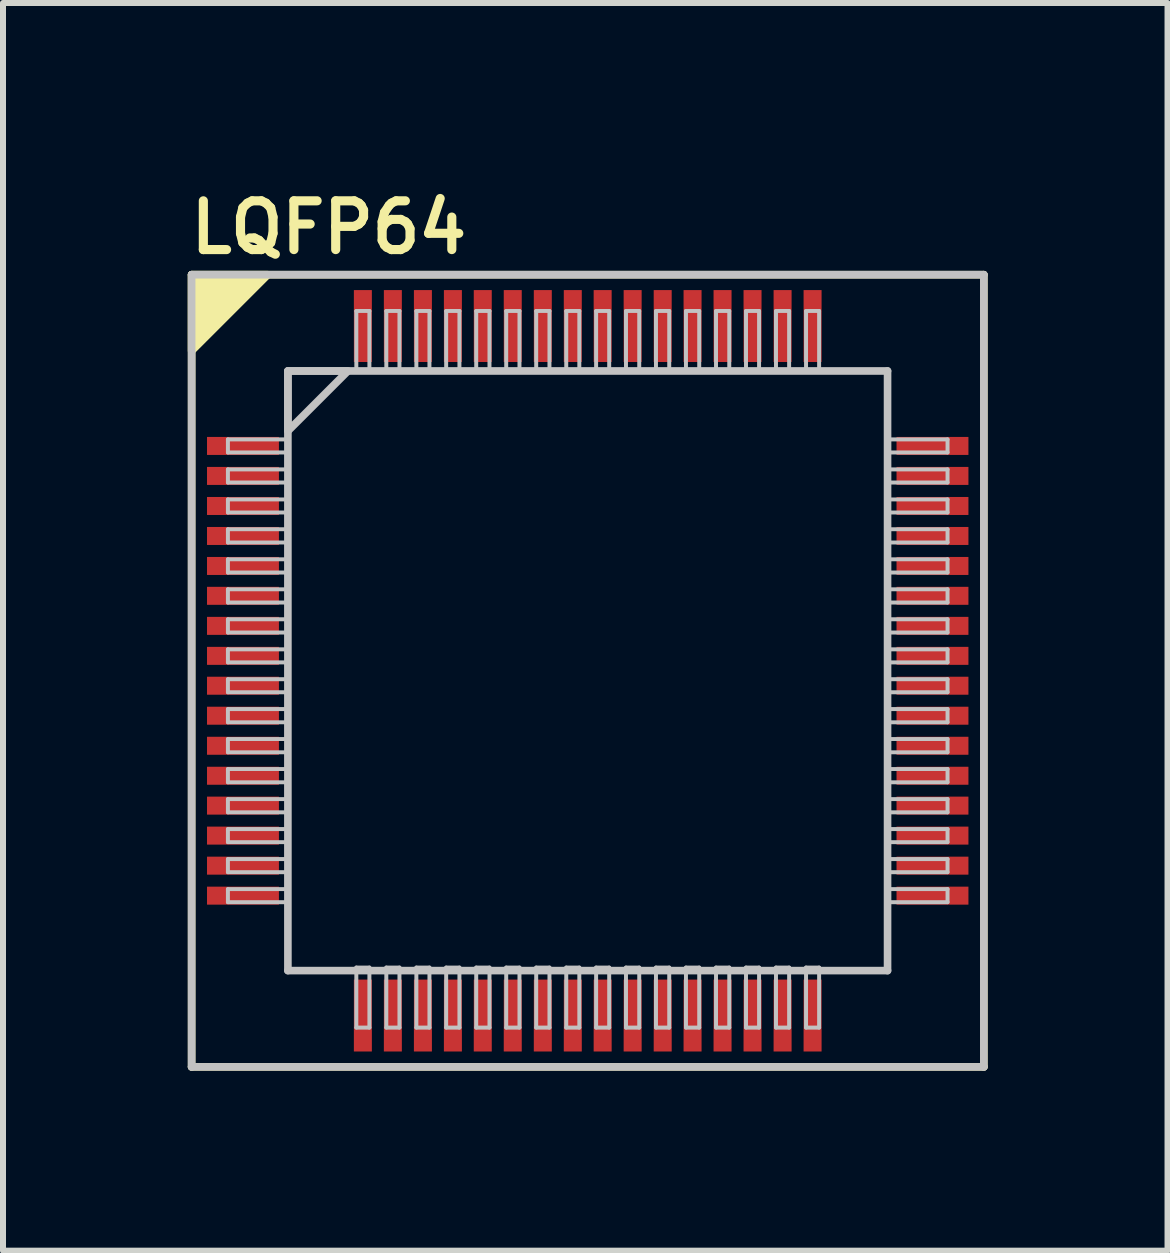
<source format=kicad_pcb>
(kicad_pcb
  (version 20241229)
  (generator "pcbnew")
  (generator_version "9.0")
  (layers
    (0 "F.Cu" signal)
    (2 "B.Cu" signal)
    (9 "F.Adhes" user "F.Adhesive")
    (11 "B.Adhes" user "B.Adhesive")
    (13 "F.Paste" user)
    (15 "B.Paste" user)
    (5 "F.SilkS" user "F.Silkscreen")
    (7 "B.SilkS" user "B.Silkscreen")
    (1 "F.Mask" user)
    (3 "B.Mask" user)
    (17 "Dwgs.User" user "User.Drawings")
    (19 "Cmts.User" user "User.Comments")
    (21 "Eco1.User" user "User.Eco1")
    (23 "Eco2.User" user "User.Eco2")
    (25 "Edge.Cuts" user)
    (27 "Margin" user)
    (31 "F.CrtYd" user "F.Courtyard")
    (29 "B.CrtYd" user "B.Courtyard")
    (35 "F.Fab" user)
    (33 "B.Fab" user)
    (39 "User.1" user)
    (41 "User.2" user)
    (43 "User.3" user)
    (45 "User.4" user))
  (footprint "LQFP64"
    (layer "F.Cu")
    (at 6.749 8.134)
    (property "Reference" "LQFP64" (at -4.318 -7.391 0) (layer "F.SilkS") (effects (font (size 0.813 0.813) (thickness 0.152))))
    (attr smd)
    (fp_line (start -6.604 -6.604) (end 6.604 -6.604) (stroke (width 0.127) (type solid)) (layer "F.SilkS"))
    (fp_line (start -6.604 6.604) (end -6.604 -6.604) (stroke (width 0.127) (type solid)) (layer "F.SilkS"))
    (fp_line (start 6.604 -6.604) (end 6.604 6.604) (stroke (width 0.127) (type solid)) (layer "F.SilkS"))
    (fp_line (start 6.604 6.604) (end -6.604 6.604) (stroke (width 0.127) (type solid)) (layer "F.SilkS"))
    (fp_poly (pts (xy -6.604 -6.604) (xy -6.604 -5.334) (xy -5.334 -6.604) (xy -6.604 -6.604)) (stroke (width 0.127) (type solid)) (fill yes) (layer "F.SilkS"))
    (fp_line (start -6.604 -6.604) (end 6.604 -6.604) (stroke (width 0.127) (type solid)) (layer "Dwgs.User"))
    (fp_line (start -6.604 6.604) (end -6.604 -6.604) (stroke (width 0.127) (type solid)) (layer "Dwgs.User"))
    (fp_line (start -5.999 -3.858) (end -4.999 -3.858) (stroke (width 0.066) (type solid)) (layer "Dwgs.User"))
    (fp_line (start -5.999 -3.64) (end -5.999 -3.858) (stroke (width 0.066) (type solid)) (layer "Dwgs.User"))
    (fp_line (start -5.999 -3.64) (end -4.999 -3.64) (stroke (width 0.066) (type solid)) (layer "Dwgs.User"))
    (fp_line (start -5.999 -3.358) (end -4.999 -3.358) (stroke (width 0.066) (type solid)) (layer "Dwgs.User"))
    (fp_line (start -5.999 -3.139) (end -5.999 -3.358) (stroke (width 0.066) (type solid)) (layer "Dwgs.User"))
    (fp_line (start -5.999 -3.139) (end -4.999 -3.139) (stroke (width 0.066) (type solid)) (layer "Dwgs.User"))
    (fp_line (start -5.999 -2.857) (end -4.999 -2.857) (stroke (width 0.066) (type solid)) (layer "Dwgs.User"))
    (fp_line (start -5.999 -2.639) (end -5.999 -2.857) (stroke (width 0.066) (type solid)) (layer "Dwgs.User"))
    (fp_line (start -5.999 -2.639) (end -4.999 -2.639) (stroke (width 0.066) (type solid)) (layer "Dwgs.User"))
    (fp_line (start -5.999 -2.36) (end -4.999 -2.36) (stroke (width 0.066) (type solid)) (layer "Dwgs.User"))
    (fp_line (start -5.999 -2.139) (end -5.999 -2.36) (stroke (width 0.066) (type solid)) (layer "Dwgs.User"))
    (fp_line (start -5.999 -2.139) (end -4.999 -2.139) (stroke (width 0.066) (type solid)) (layer "Dwgs.User"))
    (fp_line (start -5.999 -1.859) (end -4.999 -1.859) (stroke (width 0.066) (type solid)) (layer "Dwgs.User"))
    (fp_line (start -5.999 -1.638) (end -5.999 -1.859) (stroke (width 0.066) (type solid)) (layer "Dwgs.User"))
    (fp_line (start -5.999 -1.638) (end -4.999 -1.638) (stroke (width 0.066) (type solid)) (layer "Dwgs.User"))
    (fp_line (start -5.999 -1.359) (end -4.999 -1.359) (stroke (width 0.066) (type solid)) (layer "Dwgs.User"))
    (fp_line (start -5.999 -1.138) (end -5.999 -1.359) (stroke (width 0.066) (type solid)) (layer "Dwgs.User"))
    (fp_line (start -5.999 -1.138) (end -4.999 -1.138) (stroke (width 0.066) (type solid)) (layer "Dwgs.User"))
    (fp_line (start -5.999 -0.859) (end -4.999 -0.859) (stroke (width 0.066) (type solid)) (layer "Dwgs.User"))
    (fp_line (start -5.999 -0.638) (end -5.999 -0.859) (stroke (width 0.066) (type solid)) (layer "Dwgs.User"))
    (fp_line (start -5.999 -0.638) (end -4.999 -0.638) (stroke (width 0.066) (type solid)) (layer "Dwgs.User"))
    (fp_line (start -5.999 -0.358) (end -4.999 -0.358) (stroke (width 0.066) (type solid)) (layer "Dwgs.User"))
    (fp_line (start -5.999 -0.14) (end -5.999 -0.358) (stroke (width 0.066) (type solid)) (layer "Dwgs.User"))
    (fp_line (start -5.999 -0.14) (end -4.999 -0.14) (stroke (width 0.066) (type solid)) (layer "Dwgs.User"))
    (fp_line (start -5.999 0.14) (end -4.999 0.14) (stroke (width 0.066) (type solid)) (layer "Dwgs.User"))
    (fp_line (start -5.999 0.358) (end -5.999 0.14) (stroke (width 0.066) (type solid)) (layer "Dwgs.User"))
    (fp_line (start -5.999 0.358) (end -4.999 0.358) (stroke (width 0.066) (type solid)) (layer "Dwgs.User"))
    (fp_line (start -5.999 0.638) (end -4.999 0.638) (stroke (width 0.066) (type solid)) (layer "Dwgs.User"))
    (fp_line (start -5.999 0.859) (end -5.999 0.638) (stroke (width 0.066) (type solid)) (layer "Dwgs.User"))
    (fp_line (start -5.999 0.859) (end -4.999 0.859) (stroke (width 0.066) (type solid)) (layer "Dwgs.User"))
    (fp_line (start -5.999 1.138) (end -4.999 1.138) (stroke (width 0.066) (type solid)) (layer "Dwgs.User"))
    (fp_line (start -5.999 1.359) (end -5.999 1.138) (stroke (width 0.066) (type solid)) (layer "Dwgs.User"))
    (fp_line (start -5.999 1.359) (end -4.999 1.359) (stroke (width 0.066) (type solid)) (layer "Dwgs.User"))
    (fp_line (start -5.999 1.638) (end -4.999 1.638) (stroke (width 0.066) (type solid)) (layer "Dwgs.User"))
    (fp_line (start -5.999 1.859) (end -5.999 1.638) (stroke (width 0.066) (type solid)) (layer "Dwgs.User"))
    (fp_line (start -5.999 1.859) (end -4.999 1.859) (stroke (width 0.066) (type solid)) (layer "Dwgs.User"))
    (fp_line (start -5.999 2.139) (end -4.999 2.139) (stroke (width 0.066) (type solid)) (layer "Dwgs.User"))
    (fp_line (start -5.999 2.36) (end -5.999 2.139) (stroke (width 0.066) (type solid)) (layer "Dwgs.User"))
    (fp_line (start -5.999 2.36) (end -4.999 2.36) (stroke (width 0.066) (type solid)) (layer "Dwgs.User"))
    (fp_line (start -5.999 2.639) (end -4.999 2.639) (stroke (width 0.066) (type solid)) (layer "Dwgs.User"))
    (fp_line (start -5.999 2.857) (end -5.999 2.639) (stroke (width 0.066) (type solid)) (layer "Dwgs.User"))
    (fp_line (start -5.999 2.857) (end -4.999 2.857) (stroke (width 0.066) (type solid)) (layer "Dwgs.User"))
    (fp_line (start -5.999 3.139) (end -4.999 3.139) (stroke (width 0.066) (type solid)) (layer "Dwgs.User"))
    (fp_line (start -5.999 3.358) (end -5.999 3.139) (stroke (width 0.066) (type solid)) (layer "Dwgs.User"))
    (fp_line (start -5.999 3.358) (end -4.999 3.358) (stroke (width 0.066) (type solid)) (layer "Dwgs.User"))
    (fp_line (start -5.999 3.64) (end -4.999 3.64) (stroke (width 0.066) (type solid)) (layer "Dwgs.User"))
    (fp_line (start -5.999 3.858) (end -5.999 3.64) (stroke (width 0.066) (type solid)) (layer "Dwgs.User"))
    (fp_line (start -5.999 3.858) (end -4.999 3.858) (stroke (width 0.066) (type solid)) (layer "Dwgs.User"))
    (fp_line (start -4.999 -4.999) (end 4.999 -4.999) (stroke (width 0.127) (type solid)) (layer "Dwgs.User"))
    (fp_line (start -4.999 -3.64) (end -4.999 -3.858) (stroke (width 0.066) (type solid)) (layer "Dwgs.User"))
    (fp_line (start -4.999 -3.139) (end -4.999 -3.358) (stroke (width 0.066) (type solid)) (layer "Dwgs.User"))
    (fp_line (start -4.999 -2.639) (end -4.999 -2.857) (stroke (width 0.066) (type solid)) (layer "Dwgs.User"))
    (fp_line (start -4.999 -2.139) (end -4.999 -2.36) (stroke (width 0.066) (type solid)) (layer "Dwgs.User"))
    (fp_line (start -4.999 -1.638) (end -4.999 -1.859) (stroke (width 0.066) (type solid)) (layer "Dwgs.User"))
    (fp_line (start -4.999 -1.138) (end -4.999 -1.359) (stroke (width 0.066) (type solid)) (layer "Dwgs.User"))
    (fp_line (start -4.999 -0.638) (end -4.999 -0.859) (stroke (width 0.066) (type solid)) (layer "Dwgs.User"))
    (fp_line (start -4.999 -0.14) (end -4.999 -0.358) (stroke (width 0.066) (type solid)) (layer "Dwgs.User"))
    (fp_line (start -4.999 0.358) (end -4.999 0.14) (stroke (width 0.066) (type solid)) (layer "Dwgs.User"))
    (fp_line (start -4.999 0.859) (end -4.999 0.638) (stroke (width 0.066) (type solid)) (layer "Dwgs.User"))
    (fp_line (start -4.999 1.359) (end -4.999 1.138) (stroke (width 0.066) (type solid)) (layer "Dwgs.User"))
    (fp_line (start -4.999 1.859) (end -4.999 1.638) (stroke (width 0.066) (type solid)) (layer "Dwgs.User"))
    (fp_line (start -4.999 2.36) (end -4.999 2.139) (stroke (width 0.066) (type solid)) (layer "Dwgs.User"))
    (fp_line (start -4.999 2.857) (end -4.999 2.639) (stroke (width 0.066) (type solid)) (layer "Dwgs.User"))
    (fp_line (start -4.999 3.358) (end -4.999 3.139) (stroke (width 0.066) (type solid)) (layer "Dwgs.User"))
    (fp_line (start -4.999 3.858) (end -4.999 3.64) (stroke (width 0.066) (type solid)) (layer "Dwgs.User"))
    (fp_line (start -4.999 4.999) (end -4.999 -4.999) (stroke (width 0.127) (type solid)) (layer "Dwgs.User"))
    (fp_line (start -3.858 -5.999) (end -3.64 -5.999) (stroke (width 0.066) (type solid)) (layer "Dwgs.User"))
    (fp_line (start -3.858 -4.999) (end -3.858 -5.999) (stroke (width 0.066) (type solid)) (layer "Dwgs.User"))
    (fp_line (start -3.858 -4.999) (end -3.64 -4.999) (stroke (width 0.066) (type solid)) (layer "Dwgs.User"))
    (fp_line (start -3.858 4.948) (end -3.64 4.948) (stroke (width 0.066) (type solid)) (layer "Dwgs.User"))
    (fp_line (start -3.858 5.949) (end -3.858 4.948) (stroke (width 0.066) (type solid)) (layer "Dwgs.User"))
    (fp_line (start -3.858 5.949) (end -3.64 5.949) (stroke (width 0.066) (type solid)) (layer "Dwgs.User"))
    (fp_line (start -3.64 -4.999) (end -3.64 -5.999) (stroke (width 0.066) (type solid)) (layer "Dwgs.User"))
    (fp_line (start -3.64 5.949) (end -3.64 4.948) (stroke (width 0.066) (type solid)) (layer "Dwgs.User"))
    (fp_line (start -3.358 -5.999) (end -3.139 -5.999) (stroke (width 0.066) (type solid)) (layer "Dwgs.User"))
    (fp_line (start -3.358 -4.999) (end -3.358 -5.999) (stroke (width 0.066) (type solid)) (layer "Dwgs.User"))
    (fp_line (start -3.358 -4.999) (end -3.139 -4.999) (stroke (width 0.066) (type solid)) (layer "Dwgs.User"))
    (fp_line (start -3.358 4.948) (end -3.139 4.948) (stroke (width 0.066) (type solid)) (layer "Dwgs.User"))
    (fp_line (start -3.358 5.949) (end -3.358 4.948) (stroke (width 0.066) (type solid)) (layer "Dwgs.User"))
    (fp_line (start -3.358 5.949) (end -3.139 5.949) (stroke (width 0.066) (type solid)) (layer "Dwgs.User"))
    (fp_line (start -3.139 -4.999) (end -3.139 -5.999) (stroke (width 0.066) (type solid)) (layer "Dwgs.User"))
    (fp_line (start -3.139 5.949) (end -3.139 4.948) (stroke (width 0.066) (type solid)) (layer "Dwgs.User"))
    (fp_line (start -2.857 -5.999) (end -2.639 -5.999) (stroke (width 0.066) (type solid)) (layer "Dwgs.User"))
    (fp_line (start -2.857 -4.999) (end -2.857 -5.999) (stroke (width 0.066) (type solid)) (layer "Dwgs.User"))
    (fp_line (start -2.857 -4.999) (end -2.639 -4.999) (stroke (width 0.066) (type solid)) (layer "Dwgs.User"))
    (fp_line (start -2.857 4.948) (end -2.639 4.948) (stroke (width 0.066) (type solid)) (layer "Dwgs.User"))
    (fp_line (start -2.857 5.949) (end -2.857 4.948) (stroke (width 0.066) (type solid)) (layer "Dwgs.User"))
    (fp_line (start -2.857 5.949) (end -2.639 5.949) (stroke (width 0.066) (type solid)) (layer "Dwgs.User"))
    (fp_line (start -2.639 -4.999) (end -2.639 -5.999) (stroke (width 0.066) (type solid)) (layer "Dwgs.User"))
    (fp_line (start -2.639 5.949) (end -2.639 4.948) (stroke (width 0.066) (type solid)) (layer "Dwgs.User"))
    (fp_line (start -2.36 -5.999) (end -2.139 -5.999) (stroke (width 0.066) (type solid)) (layer "Dwgs.User"))
    (fp_line (start -2.36 -4.999) (end -2.36 -5.999) (stroke (width 0.066) (type solid)) (layer "Dwgs.User"))
    (fp_line (start -2.36 -4.999) (end -2.139 -4.999) (stroke (width 0.066) (type solid)) (layer "Dwgs.User"))
    (fp_line (start -2.36 4.948) (end -2.139 4.948) (stroke (width 0.066) (type solid)) (layer "Dwgs.User"))
    (fp_line (start -2.36 5.949) (end -2.36 4.948) (stroke (width 0.066) (type solid)) (layer "Dwgs.User"))
    (fp_line (start -2.36 5.949) (end -2.139 5.949) (stroke (width 0.066) (type solid)) (layer "Dwgs.User"))
    (fp_line (start -2.139 -4.999) (end -2.139 -5.999) (stroke (width 0.066) (type solid)) (layer "Dwgs.User"))
    (fp_line (start -2.139 5.949) (end -2.139 4.948) (stroke (width 0.066) (type solid)) (layer "Dwgs.User"))
    (fp_line (start -1.859 -5.999) (end -1.638 -5.999) (stroke (width 0.066) (type solid)) (layer "Dwgs.User"))
    (fp_line (start -1.859 -4.999) (end -1.859 -5.999) (stroke (width 0.066) (type solid)) (layer "Dwgs.User"))
    (fp_line (start -1.859 -4.999) (end -1.638 -4.999) (stroke (width 0.066) (type solid)) (layer "Dwgs.User"))
    (fp_line (start -1.859 4.948) (end -1.638 4.948) (stroke (width 0.066) (type solid)) (layer "Dwgs.User"))
    (fp_line (start -1.859 5.949) (end -1.859 4.948) (stroke (width 0.066) (type solid)) (layer "Dwgs.User"))
    (fp_line (start -1.859 5.949) (end -1.638 5.949) (stroke (width 0.066) (type solid)) (layer "Dwgs.User"))
    (fp_line (start -1.638 -4.999) (end -1.638 -5.999) (stroke (width 0.066) (type solid)) (layer "Dwgs.User"))
    (fp_line (start -1.638 5.949) (end -1.638 4.948) (stroke (width 0.066) (type solid)) (layer "Dwgs.User"))
    (fp_line (start -1.359 -5.999) (end -1.138 -5.999) (stroke (width 0.066) (type solid)) (layer "Dwgs.User"))
    (fp_line (start -1.359 -4.999) (end -1.359 -5.999) (stroke (width 0.066) (type solid)) (layer "Dwgs.User"))
    (fp_line (start -1.359 -4.999) (end -1.138 -4.999) (stroke (width 0.066) (type solid)) (layer "Dwgs.User"))
    (fp_line (start -1.359 4.948) (end -1.138 4.948) (stroke (width 0.066) (type solid)) (layer "Dwgs.User"))
    (fp_line (start -1.359 5.949) (end -1.359 4.948) (stroke (width 0.066) (type solid)) (layer "Dwgs.User"))
    (fp_line (start -1.359 5.949) (end -1.138 5.949) (stroke (width 0.066) (type solid)) (layer "Dwgs.User"))
    (fp_line (start -1.138 -4.999) (end -1.138 -5.999) (stroke (width 0.066) (type solid)) (layer "Dwgs.User"))
    (fp_line (start -1.138 5.949) (end -1.138 4.948) (stroke (width 0.066) (type solid)) (layer "Dwgs.User"))
    (fp_line (start -0.859 -5.999) (end -0.638 -5.999) (stroke (width 0.066) (type solid)) (layer "Dwgs.User"))
    (fp_line (start -0.859 -4.999) (end -0.859 -5.999) (stroke (width 0.066) (type solid)) (layer "Dwgs.User"))
    (fp_line (start -0.859 -4.999) (end -0.638 -4.999) (stroke (width 0.066) (type solid)) (layer "Dwgs.User"))
    (fp_line (start -0.859 4.948) (end -0.638 4.948) (stroke (width 0.066) (type solid)) (layer "Dwgs.User"))
    (fp_line (start -0.859 5.949) (end -0.859 4.948) (stroke (width 0.066) (type solid)) (layer "Dwgs.User"))
    (fp_line (start -0.859 5.949) (end -0.638 5.949) (stroke (width 0.066) (type solid)) (layer "Dwgs.User"))
    (fp_line (start -0.638 -4.999) (end -0.638 -5.999) (stroke (width 0.066) (type solid)) (layer "Dwgs.User"))
    (fp_line (start -0.638 5.949) (end -0.638 4.948) (stroke (width 0.066) (type solid)) (layer "Dwgs.User"))
    (fp_line (start -0.358 -5.999) (end -0.14 -5.999) (stroke (width 0.066) (type solid)) (layer "Dwgs.User"))
    (fp_line (start -0.358 -4.999) (end -0.358 -5.999) (stroke (width 0.066) (type solid)) (layer "Dwgs.User"))
    (fp_line (start -0.358 -4.999) (end -0.14 -4.999) (stroke (width 0.066) (type solid)) (layer "Dwgs.User"))
    (fp_line (start -0.358 4.948) (end -0.14 4.948) (stroke (width 0.066) (type solid)) (layer "Dwgs.User"))
    (fp_line (start -0.358 5.949) (end -0.358 4.948) (stroke (width 0.066) (type solid)) (layer "Dwgs.User"))
    (fp_line (start -0.358 5.949) (end -0.14 5.949) (stroke (width 0.066) (type solid)) (layer "Dwgs.User"))
    (fp_line (start -0.14 -4.999) (end -0.14 -5.999) (stroke (width 0.066) (type solid)) (layer "Dwgs.User"))
    (fp_line (start -0.14 5.949) (end -0.14 4.948) (stroke (width 0.066) (type solid)) (layer "Dwgs.User"))
    (fp_line (start 0.14 -5.999) (end 0.358 -5.999) (stroke (width 0.066) (type solid)) (layer "Dwgs.User"))
    (fp_line (start 0.14 -4.999) (end 0.14 -5.999) (stroke (width 0.066) (type solid)) (layer "Dwgs.User"))
    (fp_line (start 0.14 -4.999) (end 0.358 -4.999) (stroke (width 0.066) (type solid)) (layer "Dwgs.User"))
    (fp_line (start 0.14 4.948) (end 0.358 4.948) (stroke (width 0.066) (type solid)) (layer "Dwgs.User"))
    (fp_line (start 0.14 5.949) (end 0.14 4.948) (stroke (width 0.066) (type solid)) (layer "Dwgs.User"))
    (fp_line (start 0.14 5.949) (end 0.358 5.949) (stroke (width 0.066) (type solid)) (layer "Dwgs.User"))
    (fp_line (start 0.358 -4.999) (end 0.358 -5.999) (stroke (width 0.066) (type solid)) (layer "Dwgs.User"))
    (fp_line (start 0.358 5.949) (end 0.358 4.948) (stroke (width 0.066) (type solid)) (layer "Dwgs.User"))
    (fp_line (start 0.638 -5.999) (end 0.859 -5.999) (stroke (width 0.066) (type solid)) (layer "Dwgs.User"))
    (fp_line (start 0.638 -4.999) (end 0.638 -5.999) (stroke (width 0.066) (type solid)) (layer "Dwgs.User"))
    (fp_line (start 0.638 -4.999) (end 0.859 -4.999) (stroke (width 0.066) (type solid)) (layer "Dwgs.User"))
    (fp_line (start 0.638 4.948) (end 0.859 4.948) (stroke (width 0.066) (type solid)) (layer "Dwgs.User"))
    (fp_line (start 0.638 5.949) (end 0.638 4.948) (stroke (width 0.066) (type solid)) (layer "Dwgs.User"))
    (fp_line (start 0.638 5.949) (end 0.859 5.949) (stroke (width 0.066) (type solid)) (layer "Dwgs.User"))
    (fp_line (start 0.859 -4.999) (end 0.859 -5.999) (stroke (width 0.066) (type solid)) (layer "Dwgs.User"))
    (fp_line (start 0.859 5.949) (end 0.859 4.948) (stroke (width 0.066) (type solid)) (layer "Dwgs.User"))
    (fp_line (start 1.138 -5.999) (end 1.359 -5.999) (stroke (width 0.066) (type solid)) (layer "Dwgs.User"))
    (fp_line (start 1.138 -4.999) (end 1.138 -5.999) (stroke (width 0.066) (type solid)) (layer "Dwgs.User"))
    (fp_line (start 1.138 -4.999) (end 1.359 -4.999) (stroke (width 0.066) (type solid)) (layer "Dwgs.User"))
    (fp_line (start 1.138 4.948) (end 1.359 4.948) (stroke (width 0.066) (type solid)) (layer "Dwgs.User"))
    (fp_line (start 1.138 5.949) (end 1.138 4.948) (stroke (width 0.066) (type solid)) (layer "Dwgs.User"))
    (fp_line (start 1.138 5.949) (end 1.359 5.949) (stroke (width 0.066) (type solid)) (layer "Dwgs.User"))
    (fp_line (start 1.359 -4.999) (end 1.359 -5.999) (stroke (width 0.066) (type solid)) (layer "Dwgs.User"))
    (fp_line (start 1.359 5.949) (end 1.359 4.948) (stroke (width 0.066) (type solid)) (layer "Dwgs.User"))
    (fp_line (start 1.638 -5.999) (end 1.859 -5.999) (stroke (width 0.066) (type solid)) (layer "Dwgs.User"))
    (fp_line (start 1.638 -4.999) (end 1.638 -5.999) (stroke (width 0.066) (type solid)) (layer "Dwgs.User"))
    (fp_line (start 1.638 -4.999) (end 1.859 -4.999) (stroke (width 0.066) (type solid)) (layer "Dwgs.User"))
    (fp_line (start 1.638 4.948) (end 1.859 4.948) (stroke (width 0.066) (type solid)) (layer "Dwgs.User"))
    (fp_line (start 1.638 5.949) (end 1.638 4.948) (stroke (width 0.066) (type solid)) (layer "Dwgs.User"))
    (fp_line (start 1.638 5.949) (end 1.859 5.949) (stroke (width 0.066) (type solid)) (layer "Dwgs.User"))
    (fp_line (start 1.859 -4.999) (end 1.859 -5.999) (stroke (width 0.066) (type solid)) (layer "Dwgs.User"))
    (fp_line (start 1.859 5.949) (end 1.859 4.948) (stroke (width 0.066) (type solid)) (layer "Dwgs.User"))
    (fp_line (start 2.139 -5.999) (end 2.36 -5.999) (stroke (width 0.066) (type solid)) (layer "Dwgs.User"))
    (fp_line (start 2.139 -4.999) (end 2.139 -5.999) (stroke (width 0.066) (type solid)) (layer "Dwgs.User"))
    (fp_line (start 2.139 -4.999) (end 2.36 -4.999) (stroke (width 0.066) (type solid)) (layer "Dwgs.User"))
    (fp_line (start 2.139 4.948) (end 2.36 4.948) (stroke (width 0.066) (type solid)) (layer "Dwgs.User"))
    (fp_line (start 2.139 5.949) (end 2.139 4.948) (stroke (width 0.066) (type solid)) (layer "Dwgs.User"))
    (fp_line (start 2.139 5.949) (end 2.36 5.949) (stroke (width 0.066) (type solid)) (layer "Dwgs.User"))
    (fp_line (start 2.36 -4.999) (end 2.36 -5.999) (stroke (width 0.066) (type solid)) (layer "Dwgs.User"))
    (fp_line (start 2.36 5.949) (end 2.36 4.948) (stroke (width 0.066) (type solid)) (layer "Dwgs.User"))
    (fp_line (start 2.639 -5.999) (end 2.857 -5.999) (stroke (width 0.066) (type solid)) (layer "Dwgs.User"))
    (fp_line (start 2.639 -4.999) (end 2.639 -5.999) (stroke (width 0.066) (type solid)) (layer "Dwgs.User"))
    (fp_line (start 2.639 -4.999) (end 2.857 -4.999) (stroke (width 0.066) (type solid)) (layer "Dwgs.User"))
    (fp_line (start 2.639 4.948) (end 2.857 4.948) (stroke (width 0.066) (type solid)) (layer "Dwgs.User"))
    (fp_line (start 2.639 5.949) (end 2.639 4.948) (stroke (width 0.066) (type solid)) (layer "Dwgs.User"))
    (fp_line (start 2.639 5.949) (end 2.857 5.949) (stroke (width 0.066) (type solid)) (layer "Dwgs.User"))
    (fp_line (start 2.857 -4.999) (end 2.857 -5.999) (stroke (width 0.066) (type solid)) (layer "Dwgs.User"))
    (fp_line (start 2.857 5.949) (end 2.857 4.948) (stroke (width 0.066) (type solid)) (layer "Dwgs.User"))
    (fp_line (start 3.139 -5.999) (end 3.358 -5.999) (stroke (width 0.066) (type solid)) (layer "Dwgs.User"))
    (fp_line (start 3.139 -4.999) (end 3.139 -5.999) (stroke (width 0.066) (type solid)) (layer "Dwgs.User"))
    (fp_line (start 3.139 -4.999) (end 3.358 -4.999) (stroke (width 0.066) (type solid)) (layer "Dwgs.User"))
    (fp_line (start 3.139 4.948) (end 3.358 4.948) (stroke (width 0.066) (type solid)) (layer "Dwgs.User"))
    (fp_line (start 3.139 5.949) (end 3.139 4.948) (stroke (width 0.066) (type solid)) (layer "Dwgs.User"))
    (fp_line (start 3.139 5.949) (end 3.358 5.949) (stroke (width 0.066) (type solid)) (layer "Dwgs.User"))
    (fp_line (start 3.358 -4.999) (end 3.358 -5.999) (stroke (width 0.066) (type solid)) (layer "Dwgs.User"))
    (fp_line (start 3.358 5.949) (end 3.358 4.948) (stroke (width 0.066) (type solid)) (layer "Dwgs.User"))
    (fp_line (start 3.64 -5.999) (end 3.858 -5.999) (stroke (width 0.066) (type solid)) (layer "Dwgs.User"))
    (fp_line (start 3.64 -4.999) (end 3.64 -5.999) (stroke (width 0.066) (type solid)) (layer "Dwgs.User"))
    (fp_line (start 3.64 -4.999) (end 3.858 -4.999) (stroke (width 0.066) (type solid)) (layer "Dwgs.User"))
    (fp_line (start 3.64 4.948) (end 3.858 4.948) (stroke (width 0.066) (type solid)) (layer "Dwgs.User"))
    (fp_line (start 3.64 5.949) (end 3.64 4.948) (stroke (width 0.066) (type solid)) (layer "Dwgs.User"))
    (fp_line (start 3.64 5.949) (end 3.858 5.949) (stroke (width 0.066) (type solid)) (layer "Dwgs.User"))
    (fp_line (start 3.858 -4.999) (end 3.858 -5.999) (stroke (width 0.066) (type solid)) (layer "Dwgs.User"))
    (fp_line (start 3.858 5.949) (end 3.858 4.948) (stroke (width 0.066) (type solid)) (layer "Dwgs.User"))
    (fp_line (start 4.999 -4.999) (end 4.999 4.999) (stroke (width 0.127) (type solid)) (layer "Dwgs.User"))
    (fp_line (start 4.999 -3.858) (end 5.999 -3.858) (stroke (width 0.066) (type solid)) (layer "Dwgs.User"))
    (fp_line (start 4.999 -3.64) (end 4.999 -3.858) (stroke (width 0.066) (type solid)) (layer "Dwgs.User"))
    (fp_line (start 4.999 -3.64) (end 5.999 -3.64) (stroke (width 0.066) (type solid)) (layer "Dwgs.User"))
    (fp_line (start 4.999 -3.358) (end 5.999 -3.358) (stroke (width 0.066) (type solid)) (layer "Dwgs.User"))
    (fp_line (start 4.999 -3.139) (end 4.999 -3.358) (stroke (width 0.066) (type solid)) (layer "Dwgs.User"))
    (fp_line (start 4.999 -3.139) (end 5.999 -3.139) (stroke (width 0.066) (type solid)) (layer "Dwgs.User"))
    (fp_line (start 4.999 -2.857) (end 5.999 -2.857) (stroke (width 0.066) (type solid)) (layer "Dwgs.User"))
    (fp_line (start 4.999 -2.639) (end 4.999 -2.857) (stroke (width 0.066) (type solid)) (layer "Dwgs.User"))
    (fp_line (start 4.999 -2.639) (end 5.999 -2.639) (stroke (width 0.066) (type solid)) (layer "Dwgs.User"))
    (fp_line (start 4.999 -2.36) (end 5.999 -2.36) (stroke (width 0.066) (type solid)) (layer "Dwgs.User"))
    (fp_line (start 4.999 -2.139) (end 4.999 -2.36) (stroke (width 0.066) (type solid)) (layer "Dwgs.User"))
    (fp_line (start 4.999 -2.139) (end 5.999 -2.139) (stroke (width 0.066) (type solid)) (layer "Dwgs.User"))
    (fp_line (start 4.999 -1.859) (end 5.999 -1.859) (stroke (width 0.066) (type solid)) (layer "Dwgs.User"))
    (fp_line (start 4.999 -1.638) (end 4.999 -1.859) (stroke (width 0.066) (type solid)) (layer "Dwgs.User"))
    (fp_line (start 4.999 -1.638) (end 5.999 -1.638) (stroke (width 0.066) (type solid)) (layer "Dwgs.User"))
    (fp_line (start 4.999 -1.359) (end 5.999 -1.359) (stroke (width 0.066) (type solid)) (layer "Dwgs.User"))
    (fp_line (start 4.999 -1.138) (end 4.999 -1.359) (stroke (width 0.066) (type solid)) (layer "Dwgs.User"))
    (fp_line (start 4.999 -1.138) (end 5.999 -1.138) (stroke (width 0.066) (type solid)) (layer "Dwgs.User"))
    (fp_line (start 4.999 -0.859) (end 5.999 -0.859) (stroke (width 0.066) (type solid)) (layer "Dwgs.User"))
    (fp_line (start 4.999 -0.638) (end 4.999 -0.859) (stroke (width 0.066) (type solid)) (layer "Dwgs.User"))
    (fp_line (start 4.999 -0.638) (end 5.999 -0.638) (stroke (width 0.066) (type solid)) (layer "Dwgs.User"))
    (fp_line (start 4.999 -0.358) (end 5.999 -0.358) (stroke (width 0.066) (type solid)) (layer "Dwgs.User"))
    (fp_line (start 4.999 -0.14) (end 4.999 -0.358) (stroke (width 0.066) (type solid)) (layer "Dwgs.User"))
    (fp_line (start 4.999 -0.14) (end 5.999 -0.14) (stroke (width 0.066) (type solid)) (layer "Dwgs.User"))
    (fp_line (start 4.999 0.14) (end 5.999 0.14) (stroke (width 0.066) (type solid)) (layer "Dwgs.User"))
    (fp_line (start 4.999 0.358) (end 4.999 0.14) (stroke (width 0.066) (type solid)) (layer "Dwgs.User"))
    (fp_line (start 4.999 0.358) (end 5.999 0.358) (stroke (width 0.066) (type solid)) (layer "Dwgs.User"))
    (fp_line (start 4.999 0.638) (end 5.999 0.638) (stroke (width 0.066) (type solid)) (layer "Dwgs.User"))
    (fp_line (start 4.999 0.859) (end 4.999 0.638) (stroke (width 0.066) (type solid)) (layer "Dwgs.User"))
    (fp_line (start 4.999 0.859) (end 5.999 0.859) (stroke (width 0.066) (type solid)) (layer "Dwgs.User"))
    (fp_line (start 4.999 1.138) (end 5.999 1.138) (stroke (width 0.066) (type solid)) (layer "Dwgs.User"))
    (fp_line (start 4.999 1.359) (end 4.999 1.138) (stroke (width 0.066) (type solid)) (layer "Dwgs.User"))
    (fp_line (start 4.999 1.359) (end 5.999 1.359) (stroke (width 0.066) (type solid)) (layer "Dwgs.User"))
    (fp_line (start 4.999 1.638) (end 5.999 1.638) (stroke (width 0.066) (type solid)) (layer "Dwgs.User"))
    (fp_line (start 4.999 1.859) (end 4.999 1.638) (stroke (width 0.066) (type solid)) (layer "Dwgs.User"))
    (fp_line (start 4.999 1.859) (end 5.999 1.859) (stroke (width 0.066) (type solid)) (layer "Dwgs.User"))
    (fp_line (start 4.999 2.139) (end 5.999 2.139) (stroke (width 0.066) (type solid)) (layer "Dwgs.User"))
    (fp_line (start 4.999 2.36) (end 4.999 2.139) (stroke (width 0.066) (type solid)) (layer "Dwgs.User"))
    (fp_line (start 4.999 2.36) (end 5.999 2.36) (stroke (width 0.066) (type solid)) (layer "Dwgs.User"))
    (fp_line (start 4.999 2.639) (end 5.999 2.639) (stroke (width 0.066) (type solid)) (layer "Dwgs.User"))
    (fp_line (start 4.999 2.857) (end 4.999 2.639) (stroke (width 0.066) (type solid)) (layer "Dwgs.User"))
    (fp_line (start 4.999 2.857) (end 5.999 2.857) (stroke (width 0.066) (type solid)) (layer "Dwgs.User"))
    (fp_line (start 4.999 3.139) (end 5.999 3.139) (stroke (width 0.066) (type solid)) (layer "Dwgs.User"))
    (fp_line (start 4.999 3.358) (end 4.999 3.139) (stroke (width 0.066) (type solid)) (layer "Dwgs.User"))
    (fp_line (start 4.999 3.358) (end 5.999 3.358) (stroke (width 0.066) (type solid)) (layer "Dwgs.User"))
    (fp_line (start 4.999 3.64) (end 5.999 3.64) (stroke (width 0.066) (type solid)) (layer "Dwgs.User"))
    (fp_line (start 4.999 3.858) (end 4.999 3.64) (stroke (width 0.066) (type solid)) (layer "Dwgs.User"))
    (fp_line (start 4.999 3.858) (end 5.999 3.858) (stroke (width 0.066) (type solid)) (layer "Dwgs.User"))
    (fp_line (start 4.999 4.999) (end -4.999 4.999) (stroke (width 0.127) (type solid)) (layer "Dwgs.User"))
    (fp_line (start 5.999 -3.64) (end 5.999 -3.858) (stroke (width 0.066) (type solid)) (layer "Dwgs.User"))
    (fp_line (start 5.999 -3.139) (end 5.999 -3.358) (stroke (width 0.066) (type solid)) (layer "Dwgs.User"))
    (fp_line (start 5.999 -2.639) (end 5.999 -2.857) (stroke (width 0.066) (type solid)) (layer "Dwgs.User"))
    (fp_line (start 5.999 -2.139) (end 5.999 -2.36) (stroke (width 0.066) (type solid)) (layer "Dwgs.User"))
    (fp_line (start 5.999 -1.638) (end 5.999 -1.859) (stroke (width 0.066) (type solid)) (layer "Dwgs.User"))
    (fp_line (start 5.999 -1.138) (end 5.999 -1.359) (stroke (width 0.066) (type solid)) (layer "Dwgs.User"))
    (fp_line (start 5.999 -0.638) (end 5.999 -0.859) (stroke (width 0.066) (type solid)) (layer "Dwgs.User"))
    (fp_line (start 5.999 -0.14) (end 5.999 -0.358) (stroke (width 0.066) (type solid)) (layer "Dwgs.User"))
    (fp_line (start 5.999 0.358) (end 5.999 0.14) (stroke (width 0.066) (type solid)) (layer "Dwgs.User"))
    (fp_line (start 5.999 0.859) (end 5.999 0.638) (stroke (width 0.066) (type solid)) (layer "Dwgs.User"))
    (fp_line (start 5.999 1.359) (end 5.999 1.138) (stroke (width 0.066) (type solid)) (layer "Dwgs.User"))
    (fp_line (start 5.999 1.859) (end 5.999 1.638) (stroke (width 0.066) (type solid)) (layer "Dwgs.User"))
    (fp_line (start 5.999 2.36) (end 5.999 2.139) (stroke (width 0.066) (type solid)) (layer "Dwgs.User"))
    (fp_line (start 5.999 2.857) (end 5.999 2.639) (stroke (width 0.066) (type solid)) (layer "Dwgs.User"))
    (fp_line (start 5.999 3.358) (end 5.999 3.139) (stroke (width 0.066) (type solid)) (layer "Dwgs.User"))
    (fp_line (start 5.999 3.858) (end 5.999 3.64) (stroke (width 0.066) (type solid)) (layer "Dwgs.User"))
    (fp_line (start 6.604 -6.604) (end 6.604 6.604) (stroke (width 0.127) (type solid)) (layer "Dwgs.User"))
    (fp_line (start 6.604 6.604) (end -6.604 6.604) (stroke (width 0.127) (type solid)) (layer "Dwgs.User"))
    (fp_poly (pts (xy -4.999 -4.999) (xy -4.999 -3.998) (xy -3.998 -4.999) (xy -4.999 -4.999)) (stroke (width 0.127) (type solid)) (fill no) (layer "Dwgs.User"))
    (pad "1" smd rect (at -5.748 -3.749) (size 1.199 0.3) (layers "F.Cu" "F.Mask" "F.Paste"))
    (pad "2" smd rect (at -5.748 -3.249) (size 1.199 0.3) (layers "F.Cu" "F.Mask" "F.Paste"))
    (pad "3" smd rect (at -5.748 -2.748) (size 1.199 0.3) (layers "F.Cu" "F.Mask" "F.Paste"))
    (pad "4" smd rect (at -5.748 -2.248) (size 1.199 0.3) (layers "F.Cu" "F.Mask" "F.Paste"))
    (pad "5" smd rect (at -5.748 -1.748) (size 1.199 0.3) (layers "F.Cu" "F.Mask" "F.Paste"))
    (pad "6" smd rect (at -5.748 -1.25) (size 1.199 0.3) (layers "F.Cu" "F.Mask" "F.Paste"))
    (pad "7" smd rect (at -5.748 -0.749) (size 1.199 0.3) (layers "F.Cu" "F.Mask" "F.Paste"))
    (pad "8" smd rect (at -5.748 -0.249) (size 1.199 0.3) (layers "F.Cu" "F.Mask" "F.Paste"))
    (pad "9" smd rect (at -5.748 0.249) (size 1.199 0.3) (layers "F.Cu" "F.Mask" "F.Paste"))
    (pad "10" smd rect (at -5.748 0.749) (size 1.199 0.3) (layers "F.Cu" "F.Mask" "F.Paste"))
    (pad "11" smd rect (at -5.748 1.25) (size 1.199 0.3) (layers "F.Cu" "F.Mask" "F.Paste"))
    (pad "12" smd rect (at -5.748 1.75) (size 1.199 0.3) (layers "F.Cu" "F.Mask" "F.Paste"))
    (pad "13" smd rect (at -5.748 2.248) (size 1.199 0.3) (layers "F.Cu" "F.Mask" "F.Paste"))
    (pad "14" smd rect (at -5.748 2.748) (size 1.199 0.3) (layers "F.Cu" "F.Mask" "F.Paste"))
    (pad "15" smd rect (at -5.748 3.249) (size 1.199 0.3) (layers "F.Cu" "F.Mask" "F.Paste"))
    (pad "16" smd rect (at -5.748 3.749) (size 1.199 0.3) (layers "F.Cu" "F.Mask" "F.Paste"))
    (pad "17" smd rect (at -3.749 5.748 90) (size 1.199 0.3) (layers "F.Cu" "F.Mask" "F.Paste"))
    (pad "18" smd rect (at -3.249 5.748 90) (size 1.199 0.3) (layers "F.Cu" "F.Mask" "F.Paste"))
    (pad "19" smd rect (at -2.748 5.748 90) (size 1.199 0.3) (layers "F.Cu" "F.Mask" "F.Paste"))
    (pad "20" smd rect (at -2.248 5.748 90) (size 1.199 0.3) (layers "F.Cu" "F.Mask" "F.Paste"))
    (pad "21" smd rect (at -1.75 5.748 90) (size 1.199 0.3) (layers "F.Cu" "F.Mask" "F.Paste"))
    (pad "22" smd rect (at -1.25 5.748 90) (size 1.199 0.3) (layers "F.Cu" "F.Mask" "F.Paste"))
    (pad "23" smd rect (at -0.749 5.748 90) (size 1.199 0.3) (layers "F.Cu" "F.Mask" "F.Paste"))
    (pad "24" smd rect (at -0.249 5.748 90) (size 1.199 0.3) (layers "F.Cu" "F.Mask" "F.Paste"))
    (pad "25" smd rect (at 0.249 5.748 90) (size 1.199 0.3) (layers "F.Cu" "F.Mask" "F.Paste"))
    (pad "26" smd rect (at 0.749 5.748 90) (size 1.199 0.3) (layers "F.Cu" "F.Mask" "F.Paste"))
    (pad "27" smd rect (at 1.25 5.748 90) (size 1.199 0.3) (layers "F.Cu" "F.Mask" "F.Paste"))
    (pad "28" smd rect (at 1.748 5.748 90) (size 1.199 0.3) (layers "F.Cu" "F.Mask" "F.Paste"))
    (pad "29" smd rect (at 2.248 5.748 90) (size 1.199 0.3) (layers "F.Cu" "F.Mask" "F.Paste"))
    (pad "30" smd rect (at 2.748 5.748 90) (size 1.199 0.3) (layers "F.Cu" "F.Mask" "F.Paste"))
    (pad "31" smd rect (at 3.249 5.748 90) (size 1.199 0.3) (layers "F.Cu" "F.Mask" "F.Paste"))
    (pad "32" smd rect (at 3.749 5.748 90) (size 1.199 0.3) (layers "F.Cu" "F.Mask" "F.Paste"))
    (pad "33" smd rect (at 5.748 3.749 180) (size 1.199 0.3) (layers "F.Cu" "F.Mask" "F.Paste"))
    (pad "34" smd rect (at 5.748 3.249 180) (size 1.199 0.3) (layers "F.Cu" "F.Mask" "F.Paste"))
    (pad "35" smd rect (at 5.748 2.748 180) (size 1.199 0.3) (layers "F.Cu" "F.Mask" "F.Paste"))
    (pad "36" smd rect (at 5.748 2.248 180) (size 1.199 0.3) (layers "F.Cu" "F.Mask" "F.Paste"))
    (pad "37" smd rect (at 5.748 1.75 180) (size 1.199 0.3) (layers "F.Cu" "F.Mask" "F.Paste"))
    (pad "38" smd rect (at 5.748 1.25 180) (size 1.199 0.3) (layers "F.Cu" "F.Mask" "F.Paste"))
    (pad "39" smd rect (at 5.748 0.749 180) (size 1.199 0.3) (layers "F.Cu" "F.Mask" "F.Paste"))
    (pad "40" smd rect (at 5.748 0.249 180) (size 1.199 0.3) (layers "F.Cu" "F.Mask" "F.Paste"))
    (pad "41" smd rect (at 5.748 -0.249 180) (size 1.199 0.3) (layers "F.Cu" "F.Mask" "F.Paste"))
    (pad "42" smd rect (at 5.748 -0.749 180) (size 1.199 0.3) (layers "F.Cu" "F.Mask" "F.Paste"))
    (pad "43" smd rect (at 5.748 -1.25 180) (size 1.199 0.3) (layers "F.Cu" "F.Mask" "F.Paste"))
    (pad "44" smd rect (at 5.748 -1.748 180) (size 1.199 0.3) (layers "F.Cu" "F.Mask" "F.Paste"))
    (pad "45" smd rect (at 5.748 -2.248 180) (size 1.199 0.3) (layers "F.Cu" "F.Mask" "F.Paste"))
    (pad "46" smd rect (at 5.748 -2.748 180) (size 1.199 0.3) (layers "F.Cu" "F.Mask" "F.Paste"))
    (pad "47" smd rect (at 5.748 -3.249 180) (size 1.199 0.3) (layers "F.Cu" "F.Mask" "F.Paste"))
    (pad "48" smd rect (at 5.748 -3.749 180) (size 1.199 0.3) (layers "F.Cu" "F.Mask" "F.Paste"))
    (pad "49" smd rect (at 3.749 -5.748 270) (size 1.199 0.3) (layers "F.Cu" "F.Mask" "F.Paste"))
    (pad "50" smd rect (at 3.249 -5.748 270) (size 1.199 0.3) (layers "F.Cu" "F.Mask" "F.Paste"))
    (pad "51" smd rect (at 2.748 -5.748 270) (size 1.199 0.3) (layers "F.Cu" "F.Mask" "F.Paste"))
    (pad "52" smd rect (at 2.248 -5.748 270) (size 1.199 0.3) (layers "F.Cu" "F.Mask" "F.Paste"))
    (pad "53" smd rect (at 1.748 -5.748 270) (size 1.199 0.3) (layers "F.Cu" "F.Mask" "F.Paste"))
    (pad "54" smd rect (at 1.25 -5.748 270) (size 1.199 0.3) (layers "F.Cu" "F.Mask" "F.Paste"))
    (pad "55" smd rect (at 0.749 -5.748 270) (size 1.199 0.3) (layers "F.Cu" "F.Mask" "F.Paste"))
    (pad "56" smd rect (at 0.249 -5.748 270) (size 1.199 0.3) (layers "F.Cu" "F.Mask" "F.Paste"))
    (pad "57" smd rect (at -0.249 -5.748 270) (size 1.199 0.3) (layers "F.Cu" "F.Mask" "F.Paste"))
    (pad "58" smd rect (at -0.749 -5.748 270) (size 1.199 0.3) (layers "F.Cu" "F.Mask" "F.Paste"))
    (pad "59" smd rect (at -1.25 -5.748 270) (size 1.199 0.3) (layers "F.Cu" "F.Mask" "F.Paste"))
    (pad "60" smd rect (at -1.75 -5.748 270) (size 1.199 0.3) (layers "F.Cu" "F.Mask" "F.Paste"))
    (pad "61" smd rect (at -2.248 -5.748 270) (size 1.199 0.3) (layers "F.Cu" "F.Mask" "F.Paste"))
    (pad "62" smd rect (at -2.748 -5.748 270) (size 1.199 0.3) (layers "F.Cu" "F.Mask" "F.Paste"))
    (pad "63" smd rect (at -3.249 -5.748 270) (size 1.199 0.3) (layers "F.Cu" "F.Mask" "F.Paste"))
    (pad "64" smd rect (at -3.749 -5.748 270) (size 1.199 0.3) (layers "F.Cu" "F.Mask" "F.Paste")))
  (gr_rect
    (start -3 -3)
    (end 16.416 17.802)
    (stroke (width 0.1) (type default))
    (fill no)
    (layer "Edge.Cuts")))
</source>
